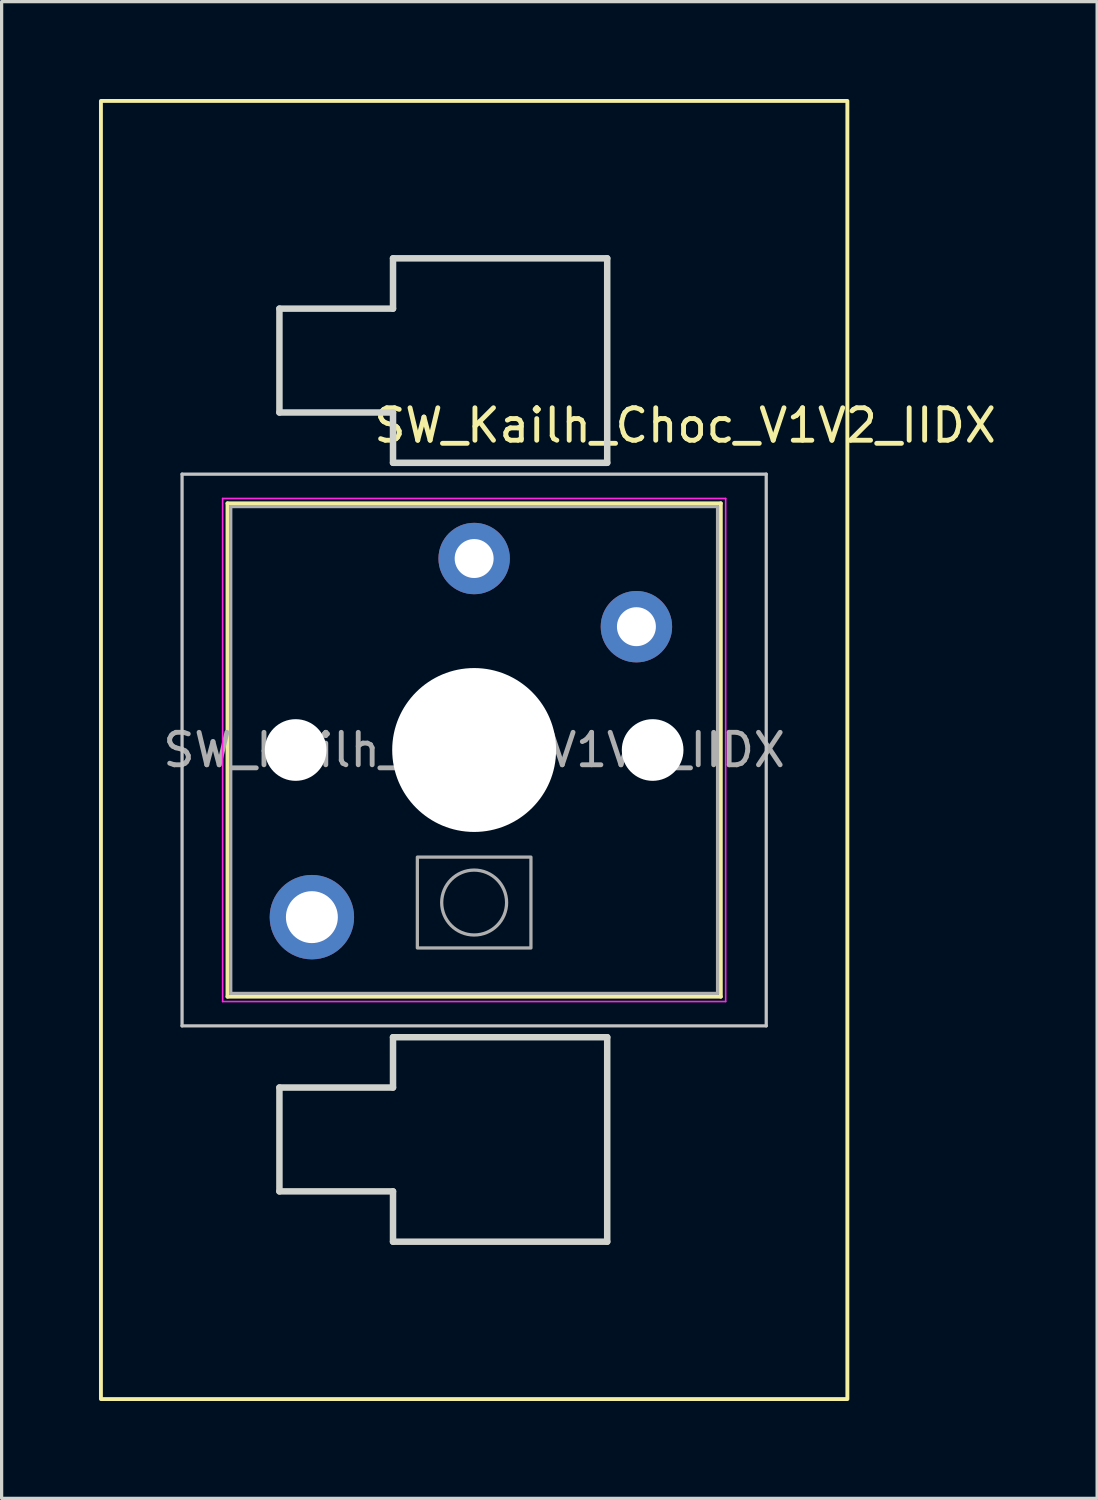
<source format=kicad_pcb>
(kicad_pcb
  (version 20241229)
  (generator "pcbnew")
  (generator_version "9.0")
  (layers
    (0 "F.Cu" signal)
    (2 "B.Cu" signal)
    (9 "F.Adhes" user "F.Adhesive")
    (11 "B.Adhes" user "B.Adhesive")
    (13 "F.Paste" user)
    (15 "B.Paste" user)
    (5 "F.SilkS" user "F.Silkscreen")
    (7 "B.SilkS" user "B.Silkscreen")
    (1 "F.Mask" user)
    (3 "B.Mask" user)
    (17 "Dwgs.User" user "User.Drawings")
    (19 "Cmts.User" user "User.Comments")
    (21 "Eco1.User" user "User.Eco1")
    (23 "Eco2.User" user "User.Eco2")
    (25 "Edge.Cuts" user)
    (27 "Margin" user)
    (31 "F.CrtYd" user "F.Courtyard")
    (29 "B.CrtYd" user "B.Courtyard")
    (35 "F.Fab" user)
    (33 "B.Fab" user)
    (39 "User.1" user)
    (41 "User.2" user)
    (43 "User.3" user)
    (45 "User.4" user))
  (footprint "SW_Kailh_Choc_V1V2_IIDX"
    (layer "F.Cu")
    (at 11.56 20.06)
    (property "Reference" "SW_Kailh_Choc_V1V2_IIDX" (at 6.5 -10 0) (layer "F.SilkS") (effects (font (size 1 1) (thickness 0.15))))
    (attr through_hole)
    (fp_line (start -7.6 -7.6) (end -7.6 7.6) (stroke (width 0.12) (type solid)) (layer "F.SilkS"))
    (fp_line (start -7.6 7.6) (end 7.6 7.6) (stroke (width 0.12) (type solid)) (layer "F.SilkS"))
    (fp_line (start 7.6 -7.6) (end -7.6 -7.6) (stroke (width 0.12) (type solid)) (layer "F.SilkS"))
    (fp_line (start 7.6 7.6) (end 7.6 -7.6) (stroke (width 0.12) (type solid)) (layer "F.SilkS"))
    (fp_rect (start -11.5 -20) (end 11.5 20) (stroke (width 0.12) (type solid)) (fill no) (layer "F.SilkS"))
    (fp_line (start -9 -8.5) (end -9 8.5) (stroke (width 0.1) (type solid)) (layer "Dwgs.User"))
    (fp_line (start -9 8.5) (end 9 8.5) (stroke (width 0.1) (type solid)) (layer "Dwgs.User"))
    (fp_line (start 9 -8.5) (end -9 -8.5) (stroke (width 0.1) (type solid)) (layer "Dwgs.User"))
    (fp_line (start 9 8.5) (end 9 -8.5) (stroke (width 0.1) (type solid)) (layer "Dwgs.User"))
    (fp_line (start -7.25 -7.25) (end -7.25 7.25) (stroke (width 0.1) (type solid)) (layer "Eco1.User"))
    (fp_line (start -7.25 7.25) (end 7.25 7.25) (stroke (width 0.1) (type solid)) (layer "Eco1.User"))
    (fp_line (start 7.25 -7.25) (end -7.25 -7.25) (stroke (width 0.1) (type solid)) (layer "Eco1.User"))
    (fp_line (start 7.25 7.25) (end 7.25 -7.25) (stroke (width 0.1) (type solid)) (layer "Eco1.User"))
    (fp_line (start -6 -13.6) (end -6 -10.4) (stroke (width 0.2) (type solid)) (layer "Edge.Cuts"))
    (fp_line (start -6 10.4) (end -6 13.6) (stroke (width 0.2) (type solid)) (layer "Edge.Cuts"))
    (fp_line (start -2.5 -15.15) (end -2.5 -13.6) (stroke (width 0.2) (type solid)) (layer "Edge.Cuts"))
    (fp_line (start -2.5 -15.15) (end 4.1 -15.15) (stroke (width 0.2) (type solid)) (layer "Edge.Cuts"))
    (fp_line (start -2.5 -13.6) (end -6 -13.6) (stroke (width 0.2) (type solid)) (layer "Edge.Cuts"))
    (fp_line (start -2.5 -10.4) (end -6 -10.4) (stroke (width 0.2) (type solid)) (layer "Edge.Cuts"))
    (fp_line (start -2.5 -10.4) (end -2.5 -8.85) (stroke (width 0.2) (type solid)) (layer "Edge.Cuts"))
    (fp_line (start -2.5 -8.85) (end 4.1 -8.85) (stroke (width 0.2) (type solid)) (layer "Edge.Cuts"))
    (fp_line (start -2.5 8.85) (end -2.5 10.4) (stroke (width 0.2) (type solid)) (layer "Edge.Cuts"))
    (fp_line (start -2.5 8.85) (end 4.1 8.85) (stroke (width 0.2) (type solid)) (layer "Edge.Cuts"))
    (fp_line (start -2.5 10.4) (end -6 10.4) (stroke (width 0.2) (type solid)) (layer "Edge.Cuts"))
    (fp_line (start -2.5 13.6) (end -6 13.6) (stroke (width 0.2) (type solid)) (layer "Edge.Cuts"))
    (fp_line (start -2.5 13.6) (end -2.5 15.15) (stroke (width 0.2) (type solid)) (layer "Edge.Cuts"))
    (fp_line (start -2.5 15.15) (end 4.1 15.15) (stroke (width 0.2) (type solid)) (layer "Edge.Cuts"))
    (fp_line (start 4.1 -15.15) (end 4.1 -8.85) (stroke (width 0.2) (type solid)) (layer "Edge.Cuts"))
    (fp_line (start 4.1 8.85) (end 4.1 15.15) (stroke (width 0.2) (type solid)) (layer "Edge.Cuts"))
    (fp_line (start -7.75 -7.75) (end -7.75 7.75) (stroke (width 0.05) (type solid)) (layer "F.CrtYd"))
    (fp_line (start -7.75 7.75) (end 7.75 7.75) (stroke (width 0.05) (type solid)) (layer "F.CrtYd"))
    (fp_line (start 7.75 -7.75) (end -7.75 -7.75) (stroke (width 0.05) (type solid)) (layer "F.CrtYd"))
    (fp_line (start 7.75 7.75) (end 7.75 -7.75) (stroke (width 0.05) (type solid)) (layer "F.CrtYd"))
    (fp_line (start -7.5 -7.5) (end -7.5 7.5) (stroke (width 0.1) (type solid)) (layer "F.Fab"))
    (fp_line (start -7.5 7.5) (end 7.5 7.5) (stroke (width 0.1) (type solid)) (layer "F.Fab"))
    (fp_line (start 7.5 -7.5) (end -7.5 -7.5) (stroke (width 0.1) (type solid)) (layer "F.Fab"))
    (fp_line (start 7.5 7.5) (end 7.5 -7.5) (stroke (width 0.1) (type solid)) (layer "F.Fab"))
    (fp_rect (start -1.75 3.3) (end 1.75 6.1) (stroke (width 0.1) (type solid)) (fill no) (layer "F.Fab"))
    (fp_circle (center 0 4.7) (end 1 4.7) (stroke (width 0.1) (type solid)) (fill no) (layer "F.Fab"))
    (fp_text user "${REFERENCE}" (at 0 0 0) (layer "F.Fab") (effects (font (size 1 1) (thickness 0.15))))
    (pad "" np_thru_hole circle (at -5.5 0) (size 1.9 1.9) (drill 1.9) (layers "*.Cu" "*.Mask"))
    (pad "" smd circle (at -5 5.15) (size 1.65 1.65) (layers "F.Mask"))
    (pad "" thru_hole circle (at -5 5.15) (size 2.6 2.6) (drill 1.6) (layers "*.Cu" "B.Mask"))
    (pad "" smd circle (at 0 -5.9) (size 1.25 1.25) (layers "F.Mask"))
    (pad "" np_thru_hole circle (at 0 0) (size 5.05 5.05) (drill 5.05) (layers "*.Cu" "*.Mask"))
    (pad "" smd circle (at 5 -3.8) (size 1.25 1.25) (layers "F.Mask"))
    (pad "" np_thru_hole circle (at 5.5 0) (size 1.9 1.9) (drill 1.9) (layers "*.Cu" "*.Mask"))
    (pad "1" thru_hole circle (at 0 -5.9) (size 2.2 2.2) (drill 1.2) (layers "*.Cu" "B.Mask"))
    (pad "2" thru_hole circle (at 5 -3.8) (size 2.2 2.2) (drill 1.2) (layers "*.Cu" "B.Mask")))
  (gr_rect
    (start -3 -3)
    (end 30.756 43.12)
    (stroke (width 0.1) (type default))
    (fill no)
    (layer "Edge.Cuts")))
</source>
